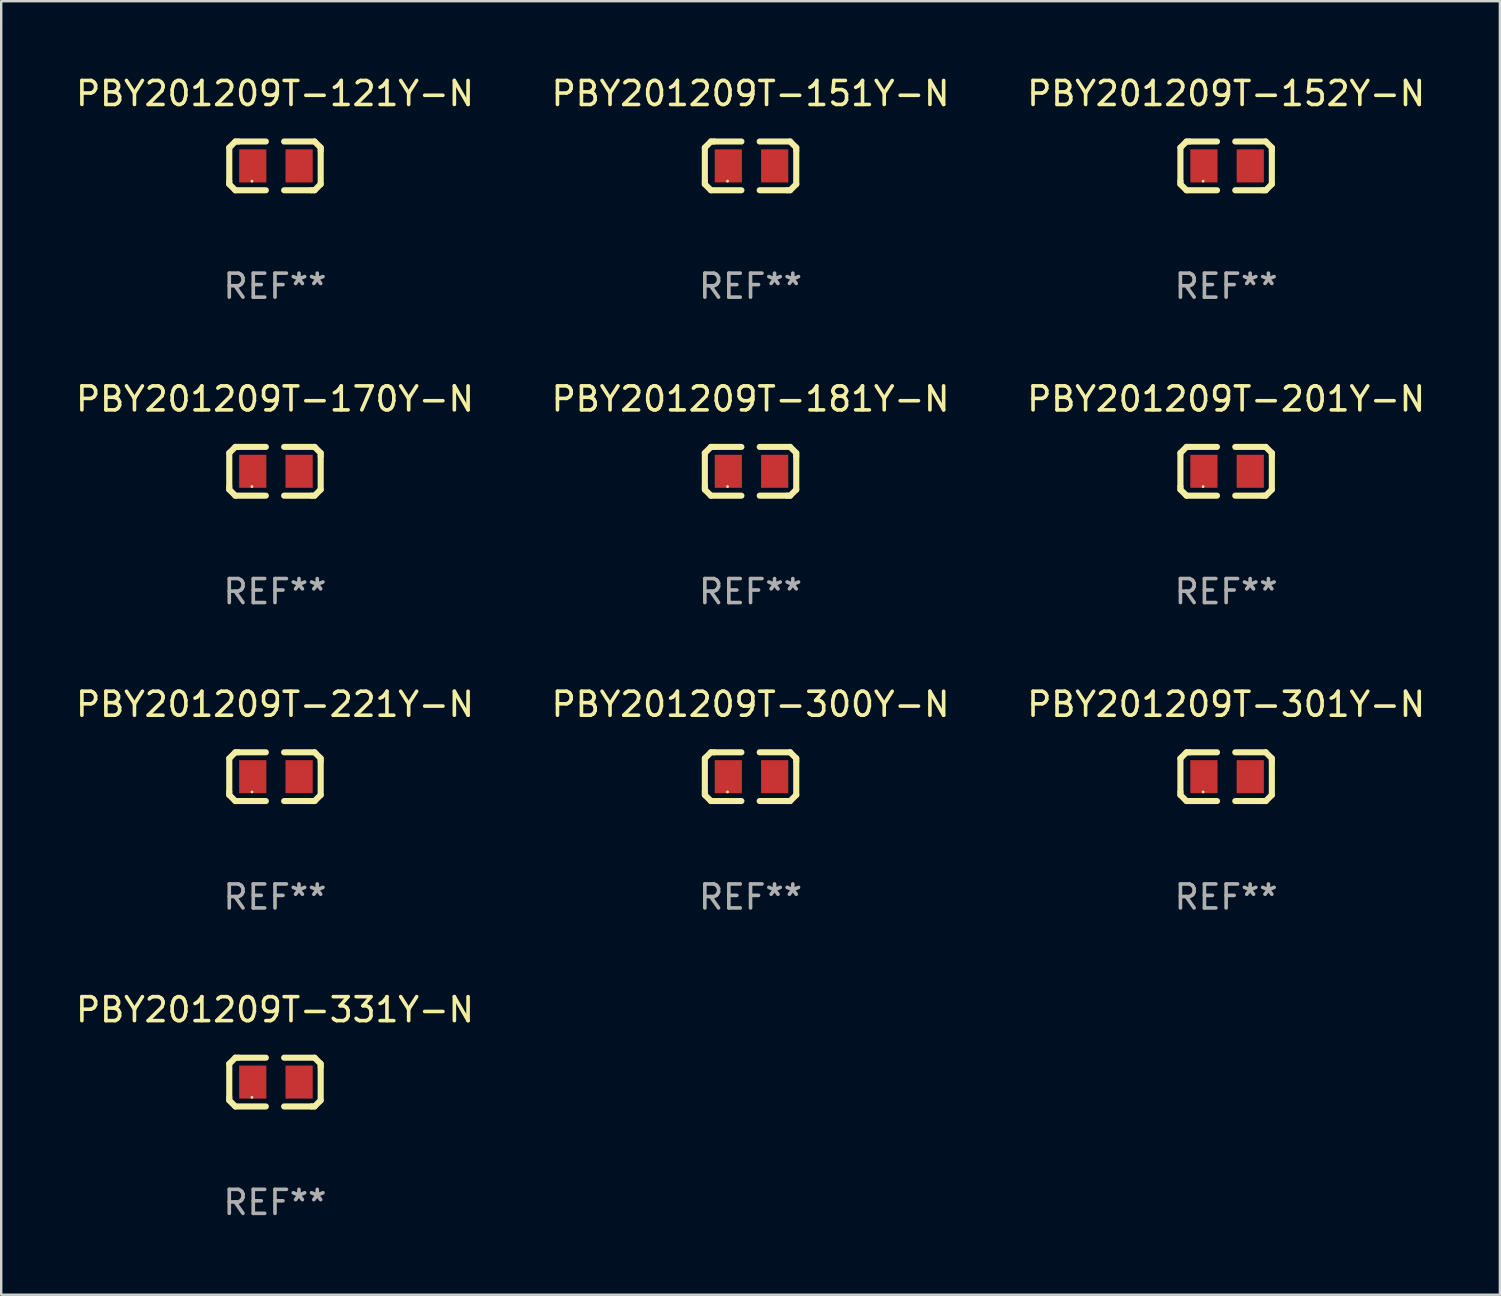
<source format=kicad_pcb>
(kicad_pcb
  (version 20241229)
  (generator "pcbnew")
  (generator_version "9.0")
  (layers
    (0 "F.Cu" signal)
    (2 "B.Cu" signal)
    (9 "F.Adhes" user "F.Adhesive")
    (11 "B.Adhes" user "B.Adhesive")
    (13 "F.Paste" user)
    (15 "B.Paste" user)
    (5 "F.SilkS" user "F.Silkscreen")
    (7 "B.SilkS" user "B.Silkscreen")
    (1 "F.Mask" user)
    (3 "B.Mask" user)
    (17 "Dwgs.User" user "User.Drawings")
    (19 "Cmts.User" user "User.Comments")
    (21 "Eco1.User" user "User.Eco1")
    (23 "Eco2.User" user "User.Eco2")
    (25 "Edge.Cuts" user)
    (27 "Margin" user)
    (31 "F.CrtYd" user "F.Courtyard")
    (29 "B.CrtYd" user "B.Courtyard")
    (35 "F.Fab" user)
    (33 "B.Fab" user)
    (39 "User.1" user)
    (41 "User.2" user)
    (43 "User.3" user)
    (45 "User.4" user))
  (footprint "PBY201209T-151Y-N"
    (layer "F.Cu")
    (at 28.232 3.864)
    (property "Reference" "PBY201209T-151Y-N" (at 0 -3.016 0) (layer "F.SilkS") (effects (font (size 1 1) (thickness 0.15))))
    (attr through_hole)
    (fp_line (start -1.905 -0.762) (end -1.905 0.635) (stroke (width 0.254) (type solid)) (layer "F.SilkS"))
    (fp_line (start -1.905 0.635) (end -1.905 0.762) (stroke (width 0.254) (type solid)) (layer "F.SilkS"))
    (fp_line (start -1.905 0.762) (end -1.651 1.016) (stroke (width 0.254) (type solid)) (layer "F.SilkS"))
    (fp_line (start -1.651 -1.016) (end -1.905 -0.762) (stroke (width 0.254) (type solid)) (layer "F.SilkS"))
    (fp_line (start -1.651 1.016) (end -0.381 1.016) (stroke (width 0.254) (type solid)) (layer "F.SilkS"))
    (fp_line (start -1.524 -1.016) (end -1.651 -1.016) (stroke (width 0.254) (type solid)) (layer "F.SilkS"))
    (fp_line (start -0.381 -1.016) (end -1.524 -1.016) (stroke (width 0.254) (type solid)) (layer "F.SilkS"))
    (fp_line (start 0.381 1.016) (end 1.524 1.016) (stroke (width 0.254) (type solid)) (layer "F.SilkS"))
    (fp_line (start 1.524 1.016) (end 1.651 1.016) (stroke (width 0.254) (type solid)) (layer "F.SilkS"))
    (fp_line (start 1.651 -1.016) (end 0.381 -1.016) (stroke (width 0.254) (type solid)) (layer "F.SilkS"))
    (fp_line (start 1.651 1.016) (end 1.905 0.762) (stroke (width 0.254) (type solid)) (layer "F.SilkS"))
    (fp_line (start 1.905 -0.762) (end 1.651 -1.016) (stroke (width 0.254) (type solid)) (layer "F.SilkS"))
    (fp_line (start 1.905 -0.635) (end 1.905 -0.762) (stroke (width 0.254) (type solid)) (layer "F.SilkS"))
    (fp_line (start 1.905 0.762) (end 1.905 -0.635) (stroke (width 0.254) (type solid)) (layer "F.SilkS"))
    (fp_circle (center -0.96 0.637) (end -0.93 0.637) (stroke (width 0.06) (type solid)) (fill no) (layer "F.SilkS"))
    (fp_text user "REF**" (at 0 5.016 0) (layer "F.Fab") (effects (font (size 1 1) (thickness 0.15))))
    (pad "1" smd rect (at -0.926 -0.000051) (size 1.133 1.377) (layers "F.Cu" "F.Mask" "F.Paste"))
    (pad "2" smd rect (at 1.006 -0.000051) (size 1.133 1.377) (layers "F.Cu" "F.Mask" "F.Paste")))
  (footprint "PBY201209T-170Y-N"
    (layer "F.Cu")
    (at 8.411 16.593)
    (property "Reference" "PBY201209T-170Y-N" (at 0 -3.016 0) (layer "F.SilkS") (effects (font (size 1 1) (thickness 0.15))))
    (attr through_hole)
    (fp_line (start -1.905 -0.762) (end -1.905 0.635) (stroke (width 0.254) (type solid)) (layer "F.SilkS"))
    (fp_line (start -1.905 0.635) (end -1.905 0.762) (stroke (width 0.254) (type solid)) (layer "F.SilkS"))
    (fp_line (start -1.905 0.762) (end -1.651 1.016) (stroke (width 0.254) (type solid)) (layer "F.SilkS"))
    (fp_line (start -1.651 -1.016) (end -1.905 -0.762) (stroke (width 0.254) (type solid)) (layer "F.SilkS"))
    (fp_line (start -1.651 1.016) (end -0.381 1.016) (stroke (width 0.254) (type solid)) (layer "F.SilkS"))
    (fp_line (start -1.524 -1.016) (end -1.651 -1.016) (stroke (width 0.254) (type solid)) (layer "F.SilkS"))
    (fp_line (start -0.381 -1.016) (end -1.524 -1.016) (stroke (width 0.254) (type solid)) (layer "F.SilkS"))
    (fp_line (start 0.381 1.016) (end 1.524 1.016) (stroke (width 0.254) (type solid)) (layer "F.SilkS"))
    (fp_line (start 1.524 1.016) (end 1.651 1.016) (stroke (width 0.254) (type solid)) (layer "F.SilkS"))
    (fp_line (start 1.651 -1.016) (end 0.381 -1.016) (stroke (width 0.254) (type solid)) (layer "F.SilkS"))
    (fp_line (start 1.651 1.016) (end 1.905 0.762) (stroke (width 0.254) (type solid)) (layer "F.SilkS"))
    (fp_line (start 1.905 -0.762) (end 1.651 -1.016) (stroke (width 0.254) (type solid)) (layer "F.SilkS"))
    (fp_line (start 1.905 -0.635) (end 1.905 -0.762) (stroke (width 0.254) (type solid)) (layer "F.SilkS"))
    (fp_line (start 1.905 0.762) (end 1.905 -0.635) (stroke (width 0.254) (type solid)) (layer "F.SilkS"))
    (fp_circle (center -0.96 0.637) (end -0.93 0.637) (stroke (width 0.06) (type solid)) (fill no) (layer "F.SilkS"))
    (fp_text user "REF**" (at 0 5.016 0) (layer "F.Fab") (effects (font (size 1 1) (thickness 0.15))))
    (pad "1" smd rect (at -0.926 -0.000051) (size 1.133 1.377) (layers "F.Cu" "F.Mask" "F.Paste"))
    (pad "2" smd rect (at 1.006 -0.000051) (size 1.133 1.377) (layers "F.Cu" "F.Mask" "F.Paste")))
  (footprint "PBY201209T-221Y-N"
    (layer "F.Cu")
    (at 8.411 29.321)
    (property "Reference" "PBY201209T-221Y-N" (at 0 -3.016 0) (layer "F.SilkS") (effects (font (size 1 1) (thickness 0.15))))
    (attr through_hole)
    (fp_line (start -1.905 -0.762) (end -1.905 0.635) (stroke (width 0.254) (type solid)) (layer "F.SilkS"))
    (fp_line (start -1.905 0.635) (end -1.905 0.762) (stroke (width 0.254) (type solid)) (layer "F.SilkS"))
    (fp_line (start -1.905 0.762) (end -1.651 1.016) (stroke (width 0.254) (type solid)) (layer "F.SilkS"))
    (fp_line (start -1.651 -1.016) (end -1.905 -0.762) (stroke (width 0.254) (type solid)) (layer "F.SilkS"))
    (fp_line (start -1.651 1.016) (end -0.381 1.016) (stroke (width 0.254) (type solid)) (layer "F.SilkS"))
    (fp_line (start -1.524 -1.016) (end -1.651 -1.016) (stroke (width 0.254) (type solid)) (layer "F.SilkS"))
    (fp_line (start -0.381 -1.016) (end -1.524 -1.016) (stroke (width 0.254) (type solid)) (layer "F.SilkS"))
    (fp_line (start 0.381 1.016) (end 1.524 1.016) (stroke (width 0.254) (type solid)) (layer "F.SilkS"))
    (fp_line (start 1.524 1.016) (end 1.651 1.016) (stroke (width 0.254) (type solid)) (layer "F.SilkS"))
    (fp_line (start 1.651 -1.016) (end 0.381 -1.016) (stroke (width 0.254) (type solid)) (layer "F.SilkS"))
    (fp_line (start 1.651 1.016) (end 1.905 0.762) (stroke (width 0.254) (type solid)) (layer "F.SilkS"))
    (fp_line (start 1.905 -0.762) (end 1.651 -1.016) (stroke (width 0.254) (type solid)) (layer "F.SilkS"))
    (fp_line (start 1.905 -0.635) (end 1.905 -0.762) (stroke (width 0.254) (type solid)) (layer "F.SilkS"))
    (fp_line (start 1.905 0.762) (end 1.905 -0.635) (stroke (width 0.254) (type solid)) (layer "F.SilkS"))
    (fp_circle (center -0.96 0.637) (end -0.93 0.637) (stroke (width 0.06) (type solid)) (fill no) (layer "F.SilkS"))
    (fp_text user "REF**" (at 0 5.016 0) (layer "F.Fab") (effects (font (size 1 1) (thickness 0.15))))
    (pad "1" smd rect (at -0.926 -0.000051) (size 1.133 1.377) (layers "F.Cu" "F.Mask" "F.Paste"))
    (pad "2" smd rect (at 1.006 -0.000051) (size 1.133 1.377) (layers "F.Cu" "F.Mask" "F.Paste")))
  (footprint "PBY201209T-300Y-N"
    (layer "F.Cu")
    (at 28.232 29.321)
    (property "Reference" "PBY201209T-300Y-N" (at 0 -3.016 0) (layer "F.SilkS") (effects (font (size 1 1) (thickness 0.15))))
    (attr through_hole)
    (fp_line (start -1.905 -0.762) (end -1.905 0.635) (stroke (width 0.254) (type solid)) (layer "F.SilkS"))
    (fp_line (start -1.905 0.635) (end -1.905 0.762) (stroke (width 0.254) (type solid)) (layer "F.SilkS"))
    (fp_line (start -1.905 0.762) (end -1.651 1.016) (stroke (width 0.254) (type solid)) (layer "F.SilkS"))
    (fp_line (start -1.651 -1.016) (end -1.905 -0.762) (stroke (width 0.254) (type solid)) (layer "F.SilkS"))
    (fp_line (start -1.651 1.016) (end -0.381 1.016) (stroke (width 0.254) (type solid)) (layer "F.SilkS"))
    (fp_line (start -1.524 -1.016) (end -1.651 -1.016) (stroke (width 0.254) (type solid)) (layer "F.SilkS"))
    (fp_line (start -0.381 -1.016) (end -1.524 -1.016) (stroke (width 0.254) (type solid)) (layer "F.SilkS"))
    (fp_line (start 0.381 1.016) (end 1.524 1.016) (stroke (width 0.254) (type solid)) (layer "F.SilkS"))
    (fp_line (start 1.524 1.016) (end 1.651 1.016) (stroke (width 0.254) (type solid)) (layer "F.SilkS"))
    (fp_line (start 1.651 -1.016) (end 0.381 -1.016) (stroke (width 0.254) (type solid)) (layer "F.SilkS"))
    (fp_line (start 1.651 1.016) (end 1.905 0.762) (stroke (width 0.254) (type solid)) (layer "F.SilkS"))
    (fp_line (start 1.905 -0.762) (end 1.651 -1.016) (stroke (width 0.254) (type solid)) (layer "F.SilkS"))
    (fp_line (start 1.905 -0.635) (end 1.905 -0.762) (stroke (width 0.254) (type solid)) (layer "F.SilkS"))
    (fp_line (start 1.905 0.762) (end 1.905 -0.635) (stroke (width 0.254) (type solid)) (layer "F.SilkS"))
    (fp_circle (center -0.96 0.637) (end -0.93 0.637) (stroke (width 0.06) (type solid)) (fill no) (layer "F.SilkS"))
    (fp_text user "REF**" (at 0 5.016 0) (layer "F.Fab") (effects (font (size 1 1) (thickness 0.15))))
    (pad "1" smd rect (at -0.926 -0.000051) (size 1.133 1.377) (layers "F.Cu" "F.Mask" "F.Paste"))
    (pad "2" smd rect (at 1.006 -0.000051) (size 1.133 1.377) (layers "F.Cu" "F.Mask" "F.Paste")))
  (footprint "PBY201209T-301Y-N"
    (layer "F.Cu")
    (at 48.054 29.321)
    (property "Reference" "PBY201209T-301Y-N" (at 0 -3.016 0) (layer "F.SilkS") (effects (font (size 1 1) (thickness 0.15))))
    (attr through_hole)
    (fp_line (start -1.905 -0.762) (end -1.905 0.635) (stroke (width 0.254) (type solid)) (layer "F.SilkS"))
    (fp_line (start -1.905 0.635) (end -1.905 0.762) (stroke (width 0.254) (type solid)) (layer "F.SilkS"))
    (fp_line (start -1.905 0.762) (end -1.651 1.016) (stroke (width 0.254) (type solid)) (layer "F.SilkS"))
    (fp_line (start -1.651 -1.016) (end -1.905 -0.762) (stroke (width 0.254) (type solid)) (layer "F.SilkS"))
    (fp_line (start -1.651 1.016) (end -0.381 1.016) (stroke (width 0.254) (type solid)) (layer "F.SilkS"))
    (fp_line (start -1.524 -1.016) (end -1.651 -1.016) (stroke (width 0.254) (type solid)) (layer "F.SilkS"))
    (fp_line (start -0.381 -1.016) (end -1.524 -1.016) (stroke (width 0.254) (type solid)) (layer "F.SilkS"))
    (fp_line (start 0.381 1.016) (end 1.524 1.016) (stroke (width 0.254) (type solid)) (layer "F.SilkS"))
    (fp_line (start 1.524 1.016) (end 1.651 1.016) (stroke (width 0.254) (type solid)) (layer "F.SilkS"))
    (fp_line (start 1.651 -1.016) (end 0.381 -1.016) (stroke (width 0.254) (type solid)) (layer "F.SilkS"))
    (fp_line (start 1.651 1.016) (end 1.905 0.762) (stroke (width 0.254) (type solid)) (layer "F.SilkS"))
    (fp_line (start 1.905 -0.762) (end 1.651 -1.016) (stroke (width 0.254) (type solid)) (layer "F.SilkS"))
    (fp_line (start 1.905 -0.635) (end 1.905 -0.762) (stroke (width 0.254) (type solid)) (layer "F.SilkS"))
    (fp_line (start 1.905 0.762) (end 1.905 -0.635) (stroke (width 0.254) (type solid)) (layer "F.SilkS"))
    (fp_circle (center -0.96 0.637) (end -0.93 0.637) (stroke (width 0.06) (type solid)) (fill no) (layer "F.SilkS"))
    (fp_text user "REF**" (at 0 5.016 0) (layer "F.Fab") (effects (font (size 1 1) (thickness 0.15))))
    (pad "1" smd rect (at -0.926 -0.000051) (size 1.133 1.377) (layers "F.Cu" "F.Mask" "F.Paste"))
    (pad "2" smd rect (at 1.006 -0.000051) (size 1.133 1.377) (layers "F.Cu" "F.Mask" "F.Paste")))
  (footprint "PBY201209T-152Y-N"
    (layer "F.Cu")
    (at 48.054 3.864)
    (property "Reference" "PBY201209T-152Y-N" (at 0 -3.016 0) (layer "F.SilkS") (effects (font (size 1 1) (thickness 0.15))))
    (attr through_hole)
    (fp_line (start -1.905 -0.762) (end -1.905 0.635) (stroke (width 0.254) (type solid)) (layer "F.SilkS"))
    (fp_line (start -1.905 0.635) (end -1.905 0.762) (stroke (width 0.254) (type solid)) (layer "F.SilkS"))
    (fp_line (start -1.905 0.762) (end -1.651 1.016) (stroke (width 0.254) (type solid)) (layer "F.SilkS"))
    (fp_line (start -1.651 -1.016) (end -1.905 -0.762) (stroke (width 0.254) (type solid)) (layer "F.SilkS"))
    (fp_line (start -1.651 1.016) (end -0.381 1.016) (stroke (width 0.254) (type solid)) (layer "F.SilkS"))
    (fp_line (start -1.524 -1.016) (end -1.651 -1.016) (stroke (width 0.254) (type solid)) (layer "F.SilkS"))
    (fp_line (start -0.381 -1.016) (end -1.524 -1.016) (stroke (width 0.254) (type solid)) (layer "F.SilkS"))
    (fp_line (start 0.381 1.016) (end 1.524 1.016) (stroke (width 0.254) (type solid)) (layer "F.SilkS"))
    (fp_line (start 1.524 1.016) (end 1.651 1.016) (stroke (width 0.254) (type solid)) (layer "F.SilkS"))
    (fp_line (start 1.651 -1.016) (end 0.381 -1.016) (stroke (width 0.254) (type solid)) (layer "F.SilkS"))
    (fp_line (start 1.651 1.016) (end 1.905 0.762) (stroke (width 0.254) (type solid)) (layer "F.SilkS"))
    (fp_line (start 1.905 -0.762) (end 1.651 -1.016) (stroke (width 0.254) (type solid)) (layer "F.SilkS"))
    (fp_line (start 1.905 -0.635) (end 1.905 -0.762) (stroke (width 0.254) (type solid)) (layer "F.SilkS"))
    (fp_line (start 1.905 0.762) (end 1.905 -0.635) (stroke (width 0.254) (type solid)) (layer "F.SilkS"))
    (fp_circle (center -0.96 0.637) (end -0.93 0.637) (stroke (width 0.06) (type solid)) (fill no) (layer "F.SilkS"))
    (fp_text user "REF**" (at 0 5.016 0) (layer "F.Fab") (effects (font (size 1 1) (thickness 0.15))))
    (pad "1" smd rect (at -0.926 -0.000051) (size 1.133 1.377) (layers "F.Cu" "F.Mask" "F.Paste"))
    (pad "2" smd rect (at 1.006 -0.000051) (size 1.133 1.377) (layers "F.Cu" "F.Mask" "F.Paste")))
  (footprint "PBY201209T-201Y-N"
    (layer "F.Cu")
    (at 48.054 16.593)
    (property "Reference" "PBY201209T-201Y-N" (at 0 -3.016 0) (layer "F.SilkS") (effects (font (size 1 1) (thickness 0.15))))
    (attr through_hole)
    (fp_line (start -1.905 -0.762) (end -1.905 0.635) (stroke (width 0.254) (type solid)) (layer "F.SilkS"))
    (fp_line (start -1.905 0.635) (end -1.905 0.762) (stroke (width 0.254) (type solid)) (layer "F.SilkS"))
    (fp_line (start -1.905 0.762) (end -1.651 1.016) (stroke (width 0.254) (type solid)) (layer "F.SilkS"))
    (fp_line (start -1.651 -1.016) (end -1.905 -0.762) (stroke (width 0.254) (type solid)) (layer "F.SilkS"))
    (fp_line (start -1.651 1.016) (end -0.381 1.016) (stroke (width 0.254) (type solid)) (layer "F.SilkS"))
    (fp_line (start -1.524 -1.016) (end -1.651 -1.016) (stroke (width 0.254) (type solid)) (layer "F.SilkS"))
    (fp_line (start -0.381 -1.016) (end -1.524 -1.016) (stroke (width 0.254) (type solid)) (layer "F.SilkS"))
    (fp_line (start 0.381 1.016) (end 1.524 1.016) (stroke (width 0.254) (type solid)) (layer "F.SilkS"))
    (fp_line (start 1.524 1.016) (end 1.651 1.016) (stroke (width 0.254) (type solid)) (layer "F.SilkS"))
    (fp_line (start 1.651 -1.016) (end 0.381 -1.016) (stroke (width 0.254) (type solid)) (layer "F.SilkS"))
    (fp_line (start 1.651 1.016) (end 1.905 0.762) (stroke (width 0.254) (type solid)) (layer "F.SilkS"))
    (fp_line (start 1.905 -0.762) (end 1.651 -1.016) (stroke (width 0.254) (type solid)) (layer "F.SilkS"))
    (fp_line (start 1.905 -0.635) (end 1.905 -0.762) (stroke (width 0.254) (type solid)) (layer "F.SilkS"))
    (fp_line (start 1.905 0.762) (end 1.905 -0.635) (stroke (width 0.254) (type solid)) (layer "F.SilkS"))
    (fp_circle (center -0.96 0.637) (end -0.93 0.637) (stroke (width 0.06) (type solid)) (fill no) (layer "F.SilkS"))
    (fp_text user "REF**" (at 0 5.016 0) (layer "F.Fab") (effects (font (size 1 1) (thickness 0.15))))
    (pad "1" smd rect (at -0.926 -0.000051) (size 1.133 1.377) (layers "F.Cu" "F.Mask" "F.Paste"))
    (pad "2" smd rect (at 1.006 -0.000051) (size 1.133 1.377) (layers "F.Cu" "F.Mask" "F.Paste")))
  (footprint "PBY201209T-181Y-N"
    (layer "F.Cu")
    (at 28.232 16.593)
    (property "Reference" "PBY201209T-181Y-N" (at 0 -3.016 0) (layer "F.SilkS") (effects (font (size 1 1) (thickness 0.15))))
    (attr through_hole)
    (fp_line (start -1.905 -0.762) (end -1.905 0.635) (stroke (width 0.254) (type solid)) (layer "F.SilkS"))
    (fp_line (start -1.905 0.635) (end -1.905 0.762) (stroke (width 0.254) (type solid)) (layer "F.SilkS"))
    (fp_line (start -1.905 0.762) (end -1.651 1.016) (stroke (width 0.254) (type solid)) (layer "F.SilkS"))
    (fp_line (start -1.651 -1.016) (end -1.905 -0.762) (stroke (width 0.254) (type solid)) (layer "F.SilkS"))
    (fp_line (start -1.651 1.016) (end -0.381 1.016) (stroke (width 0.254) (type solid)) (layer "F.SilkS"))
    (fp_line (start -1.524 -1.016) (end -1.651 -1.016) (stroke (width 0.254) (type solid)) (layer "F.SilkS"))
    (fp_line (start -0.381 -1.016) (end -1.524 -1.016) (stroke (width 0.254) (type solid)) (layer "F.SilkS"))
    (fp_line (start 0.381 1.016) (end 1.524 1.016) (stroke (width 0.254) (type solid)) (layer "F.SilkS"))
    (fp_line (start 1.524 1.016) (end 1.651 1.016) (stroke (width 0.254) (type solid)) (layer "F.SilkS"))
    (fp_line (start 1.651 -1.016) (end 0.381 -1.016) (stroke (width 0.254) (type solid)) (layer "F.SilkS"))
    (fp_line (start 1.651 1.016) (end 1.905 0.762) (stroke (width 0.254) (type solid)) (layer "F.SilkS"))
    (fp_line (start 1.905 -0.762) (end 1.651 -1.016) (stroke (width 0.254) (type solid)) (layer "F.SilkS"))
    (fp_line (start 1.905 -0.635) (end 1.905 -0.762) (stroke (width 0.254) (type solid)) (layer "F.SilkS"))
    (fp_line (start 1.905 0.762) (end 1.905 -0.635) (stroke (width 0.254) (type solid)) (layer "F.SilkS"))
    (fp_circle (center -0.96 0.637) (end -0.93 0.637) (stroke (width 0.06) (type solid)) (fill no) (layer "F.SilkS"))
    (fp_text user "REF**" (at 0 5.016 0) (layer "F.Fab") (effects (font (size 1 1) (thickness 0.15))))
    (pad "1" smd rect (at -0.926 -0.000051) (size 1.133 1.377) (layers "F.Cu" "F.Mask" "F.Paste"))
    (pad "2" smd rect (at 1.006 -0.000051) (size 1.133 1.377) (layers "F.Cu" "F.Mask" "F.Paste")))
  (footprint "PBY201209T-331Y-N"
    (layer "F.Cu")
    (at 8.411 42.05)
    (property "Reference" "PBY201209T-331Y-N" (at 0 -3.016 0) (layer "F.SilkS") (effects (font (size 1 1) (thickness 0.15))))
    (attr through_hole)
    (fp_line (start -1.905 -0.762) (end -1.905 0.635) (stroke (width 0.254) (type solid)) (layer "F.SilkS"))
    (fp_line (start -1.905 0.635) (end -1.905 0.762) (stroke (width 0.254) (type solid)) (layer "F.SilkS"))
    (fp_line (start -1.905 0.762) (end -1.651 1.016) (stroke (width 0.254) (type solid)) (layer "F.SilkS"))
    (fp_line (start -1.651 -1.016) (end -1.905 -0.762) (stroke (width 0.254) (type solid)) (layer "F.SilkS"))
    (fp_line (start -1.651 1.016) (end -0.381 1.016) (stroke (width 0.254) (type solid)) (layer "F.SilkS"))
    (fp_line (start -1.524 -1.016) (end -1.651 -1.016) (stroke (width 0.254) (type solid)) (layer "F.SilkS"))
    (fp_line (start -0.381 -1.016) (end -1.524 -1.016) (stroke (width 0.254) (type solid)) (layer "F.SilkS"))
    (fp_line (start 0.381 1.016) (end 1.524 1.016) (stroke (width 0.254) (type solid)) (layer "F.SilkS"))
    (fp_line (start 1.524 1.016) (end 1.651 1.016) (stroke (width 0.254) (type solid)) (layer "F.SilkS"))
    (fp_line (start 1.651 -1.016) (end 0.381 -1.016) (stroke (width 0.254) (type solid)) (layer "F.SilkS"))
    (fp_line (start 1.651 1.016) (end 1.905 0.762) (stroke (width 0.254) (type solid)) (layer "F.SilkS"))
    (fp_line (start 1.905 -0.762) (end 1.651 -1.016) (stroke (width 0.254) (type solid)) (layer "F.SilkS"))
    (fp_line (start 1.905 -0.635) (end 1.905 -0.762) (stroke (width 0.254) (type solid)) (layer "F.SilkS"))
    (fp_line (start 1.905 0.762) (end 1.905 -0.635) (stroke (width 0.254) (type solid)) (layer "F.SilkS"))
    (fp_circle (center -0.96 0.637) (end -0.93 0.637) (stroke (width 0.06) (type solid)) (fill no) (layer "F.SilkS"))
    (fp_text user "REF**" (at 0 5.016 0) (layer "F.Fab") (effects (font (size 1 1) (thickness 0.15))))
    (pad "1" smd rect (at -0.926 -0.000051) (size 1.133 1.377) (layers "F.Cu" "F.Mask" "F.Paste"))
    (pad "2" smd rect (at 1.006 -0.000051) (size 1.133 1.377) (layers "F.Cu" "F.Mask" "F.Paste")))
  (footprint "PBY201209T-121Y-N"
    (layer "F.Cu")
    (at 8.411 3.864)
    (property "Reference" "PBY201209T-121Y-N" (at 0 -3.016 0) (layer "F.SilkS") (effects (font (size 1 1) (thickness 0.15))))
    (attr through_hole)
    (fp_line (start -1.905 -0.762) (end -1.905 0.635) (stroke (width 0.254) (type solid)) (layer "F.SilkS"))
    (fp_line (start -1.905 0.635) (end -1.905 0.762) (stroke (width 0.254) (type solid)) (layer "F.SilkS"))
    (fp_line (start -1.905 0.762) (end -1.651 1.016) (stroke (width 0.254) (type solid)) (layer "F.SilkS"))
    (fp_line (start -1.651 -1.016) (end -1.905 -0.762) (stroke (width 0.254) (type solid)) (layer "F.SilkS"))
    (fp_line (start -1.651 1.016) (end -0.381 1.016) (stroke (width 0.254) (type solid)) (layer "F.SilkS"))
    (fp_line (start -1.524 -1.016) (end -1.651 -1.016) (stroke (width 0.254) (type solid)) (layer "F.SilkS"))
    (fp_line (start -0.381 -1.016) (end -1.524 -1.016) (stroke (width 0.254) (type solid)) (layer "F.SilkS"))
    (fp_line (start 0.381 1.016) (end 1.524 1.016) (stroke (width 0.254) (type solid)) (layer "F.SilkS"))
    (fp_line (start 1.524 1.016) (end 1.651 1.016) (stroke (width 0.254) (type solid)) (layer "F.SilkS"))
    (fp_line (start 1.651 -1.016) (end 0.381 -1.016) (stroke (width 0.254) (type solid)) (layer "F.SilkS"))
    (fp_line (start 1.651 1.016) (end 1.905 0.762) (stroke (width 0.254) (type solid)) (layer "F.SilkS"))
    (fp_line (start 1.905 -0.762) (end 1.651 -1.016) (stroke (width 0.254) (type solid)) (layer "F.SilkS"))
    (fp_line (start 1.905 -0.635) (end 1.905 -0.762) (stroke (width 0.254) (type solid)) (layer "F.SilkS"))
    (fp_line (start 1.905 0.762) (end 1.905 -0.635) (stroke (width 0.254) (type solid)) (layer "F.SilkS"))
    (fp_circle (center -0.96 0.637) (end -0.93 0.637) (stroke (width 0.06) (type solid)) (fill no) (layer "F.SilkS"))
    (fp_text user "REF**" (at 0 5.016 0) (layer "F.Fab") (effects (font (size 1 1) (thickness 0.15))))
    (pad "1" smd rect (at -0.926 -0.000051) (size 1.133 1.377) (layers "F.Cu" "F.Mask" "F.Paste"))
    (pad "2" smd rect (at 1.006 -0.000051) (size 1.133 1.377) (layers "F.Cu" "F.Mask" "F.Paste")))
  (gr_rect
    (start -3 -3)
    (end 59.464 50.914)
    (stroke (width 0.1) (type default))
    (fill no)
    (layer "Edge.Cuts")))
</source>
